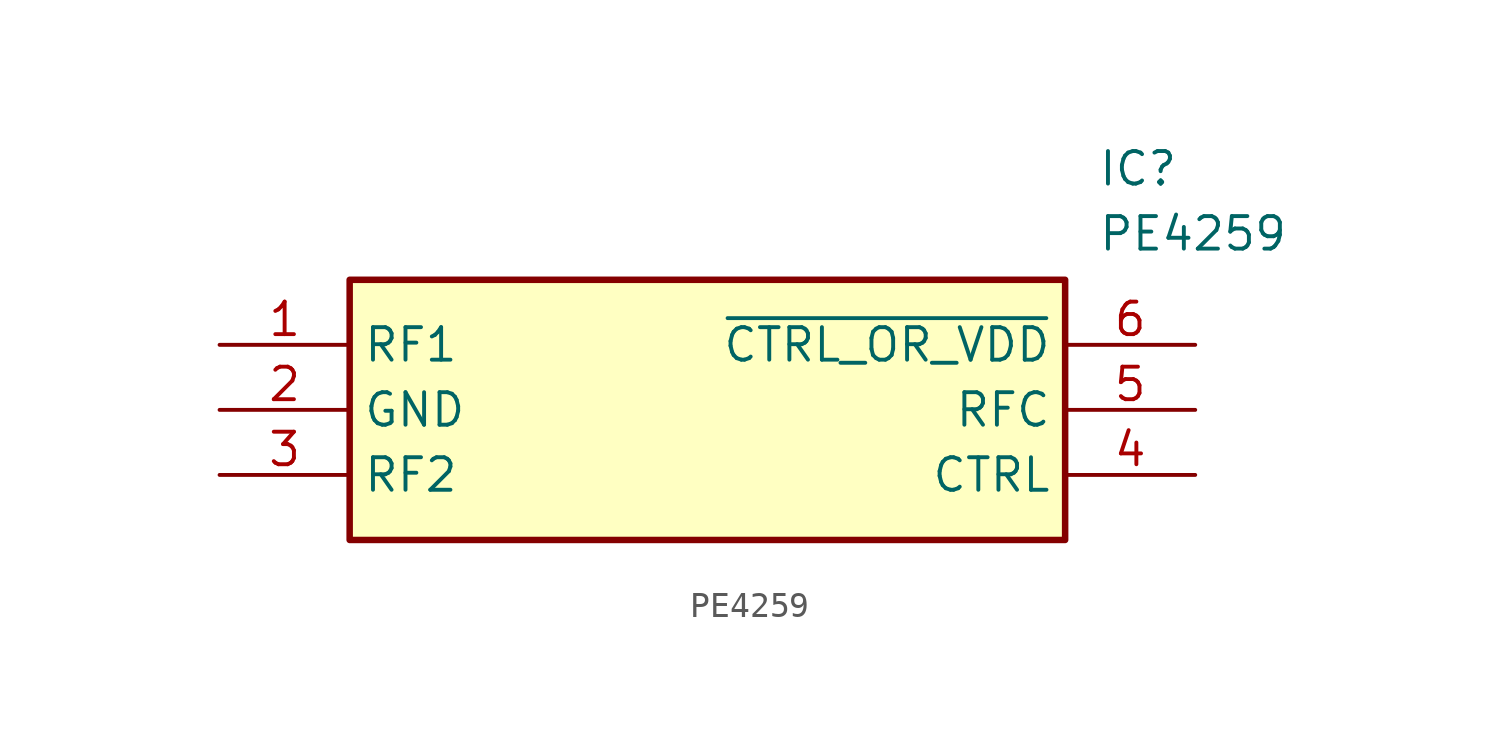
<source format=kicad_sym>
(kicad_symbol_lib
  (version 20211014)
  (generator SamacSys_ECAD_Model)
  (symbol "PE4259"
    (property "Reference" "IC"
      (at 34.29 7.62 0)
      (effects (font (size 1.27 1.27)) (justify left top)))
    (property "Value" "PE4259"
      (at 34.29 5.08 0)
      (effects (font (size 1.27 1.27)) (justify left top)))
    (rectangle
      (start 5.08 2.54)
      (end 33.02 -7.62)
      (stroke (width 0.254) (type default))
      (fill (type background)))
    (pin passive line
      (at 0 0 0)
      (length 5.08)
      (name "RF1" (effects (font (size 1.27 1.27))))
      (number "1" (effects (font (size 1.27 1.27)))))
    (pin passive line
      (at 0 -2.54 0)
      (length 5.08)
      (name "GND" (effects (font (size 1.27 1.27))))
      (number "2" (effects (font (size 1.27 1.27)))))
    (pin passive line
      (at 0 -5.08 0)
      (length 5.08)
      (name "RF2" (effects (font (size 1.27 1.27))))
      (number "3" (effects (font (size 1.27 1.27)))))
    (pin passive line
      (at 38.1 0 180)
      (length 5.08)
      (name "~{CTRL_OR_VDD}" (effects (font (size 1.27 1.27))))
      (number "6" (effects (font (size 1.27 1.27)))))
    (pin passive line
      (at 38.1 -2.54 180)
      (length 5.08)
      (name "RFC" (effects (font (size 1.27 1.27))))
      (number "5" (effects (font (size 1.27 1.27)))))
    (pin passive line
      (at 38.1 -5.08 180)
      (length 5.08)
      (name "CTRL" (effects (font (size 1.27 1.27))))
      (number "4" (effects (font (size 1.27 1.27)))))))
</source>
